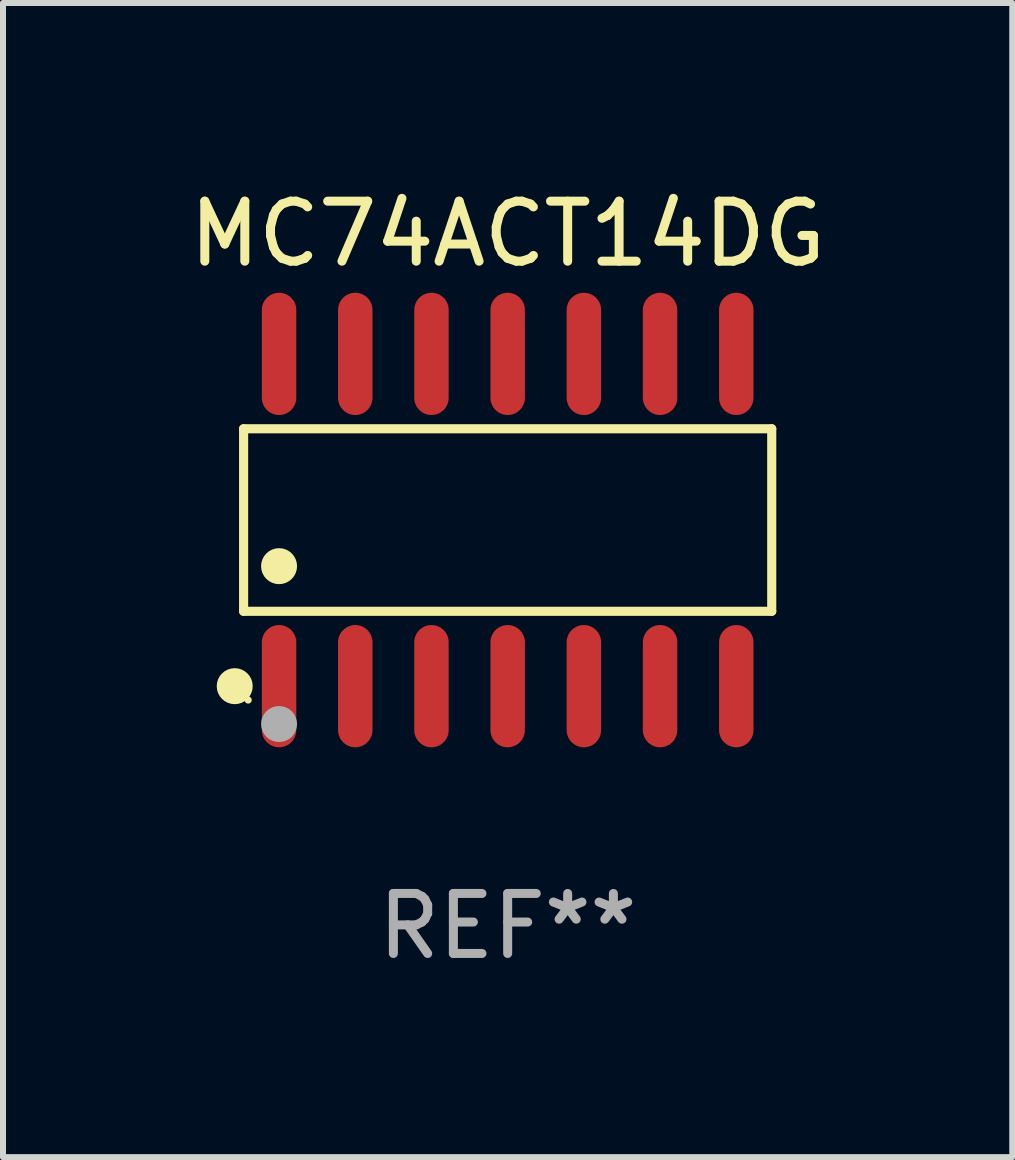
<source format=kicad_pcb>
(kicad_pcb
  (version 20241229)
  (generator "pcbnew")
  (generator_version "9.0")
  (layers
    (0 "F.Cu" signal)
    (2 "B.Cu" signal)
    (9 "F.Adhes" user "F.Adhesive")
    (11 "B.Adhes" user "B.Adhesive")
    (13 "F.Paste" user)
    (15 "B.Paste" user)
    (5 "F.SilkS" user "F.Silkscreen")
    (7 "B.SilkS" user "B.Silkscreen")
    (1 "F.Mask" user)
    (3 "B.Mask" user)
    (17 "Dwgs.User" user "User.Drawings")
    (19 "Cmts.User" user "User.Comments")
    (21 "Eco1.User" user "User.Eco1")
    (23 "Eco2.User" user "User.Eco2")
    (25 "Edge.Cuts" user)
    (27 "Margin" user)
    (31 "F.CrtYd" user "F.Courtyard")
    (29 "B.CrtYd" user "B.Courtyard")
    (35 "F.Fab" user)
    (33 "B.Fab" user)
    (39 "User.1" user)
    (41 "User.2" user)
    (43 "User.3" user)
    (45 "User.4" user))
  (footprint "MC74ACT14DG"
    (layer "F.Cu")
    (at 5.411 5.617)
    (property "Reference" "MC74ACT14DG" (at 0 -4.769 0) (layer "F.SilkS") (effects (font (size 1 1) (thickness 0.15))))
    (attr through_hole)
    (fp_line (start -4.401 -1.521) (end 4.401 -1.521) (stroke (width 0.152) (type solid)) (layer "F.SilkS"))
    (fp_line (start -4.401 1.521) (end -4.401 -1.521) (stroke (width 0.152) (type solid)) (layer "F.SilkS"))
    (fp_line (start 4.401 -1.521) (end 4.401 1.521) (stroke (width 0.152) (type solid)) (layer "F.SilkS"))
    (fp_line (start 4.401 1.521) (end -4.401 1.521) (stroke (width 0.152) (type solid)) (layer "F.SilkS"))
    (fp_circle (center -4.549 2.769) (end -4.399 2.769) (stroke (width 0.3) (type solid)) (fill no) (layer "F.SilkS"))
    (fp_circle (center -4.325 3) (end -4.295 3) (stroke (width 0.06) (type solid)) (fill no) (layer "F.SilkS"))
    (fp_circle (center -3.81 0.769) (end -3.66 0.769) (stroke (width 0.3) (type solid)) (fill no) (layer "F.SilkS"))
    (fp_circle (center -3.81 3.4) (end -3.66 3.4) (stroke (width 0.3) (type solid)) (fill no) (layer "F.Fab"))
    (fp_text user "REF**" (at 0 6.769 0) (layer "F.Fab") (effects (font (size 1 1) (thickness 0.15))))
    (pad "1" smd oval (at -3.81 2.769) (size 0.574 2.038) (layers "F.Cu" "F.Mask" "F.Paste"))
    (pad "2" smd oval (at -2.54 2.769) (size 0.574 2.038) (layers "F.Cu" "F.Mask" "F.Paste"))
    (pad "3" smd oval (at -1.27 2.769) (size 0.574 2.038) (layers "F.Cu" "F.Mask" "F.Paste"))
    (pad "4" smd oval (at 0 2.769) (size 0.574 2.038) (layers "F.Cu" "F.Mask" "F.Paste"))
    (pad "5" smd oval (at 1.27 2.769) (size 0.574 2.038) (layers "F.Cu" "F.Mask" "F.Paste"))
    (pad "6" smd oval (at 2.54 2.769) (size 0.574 2.038) (layers "F.Cu" "F.Mask" "F.Paste"))
    (pad "7" smd oval (at 3.81 2.769) (size 0.574 2.038) (layers "F.Cu" "F.Mask" "F.Paste"))
    (pad "8" smd oval (at 3.81 -2.769) (size 0.574 2.038) (layers "F.Cu" "F.Mask" "F.Paste"))
    (pad "9" smd oval (at 2.54 -2.769) (size 0.574 2.038) (layers "F.Cu" "F.Mask" "F.Paste"))
    (pad "10" smd oval (at 1.27 -2.769) (size 0.574 2.038) (layers "F.Cu" "F.Mask" "F.Paste"))
    (pad "11" smd oval (at 0 -2.769) (size 0.574 2.038) (layers "F.Cu" "F.Mask" "F.Paste"))
    (pad "12" smd oval (at -1.27 -2.769) (size 0.574 2.038) (layers "F.Cu" "F.Mask" "F.Paste"))
    (pad "13" smd oval (at -2.54 -2.769) (size 0.574 2.038) (layers "F.Cu" "F.Mask" "F.Paste"))
    (pad "14" smd oval (at -3.81 -2.769) (size 0.574 2.038) (layers "F.Cu" "F.Mask" "F.Paste")))
  (gr_rect
    (start -3 -3)
    (end 13.821 16.235)
    (stroke (width 0.1) (type default))
    (fill no)
    (layer "Edge.Cuts")))
</source>
